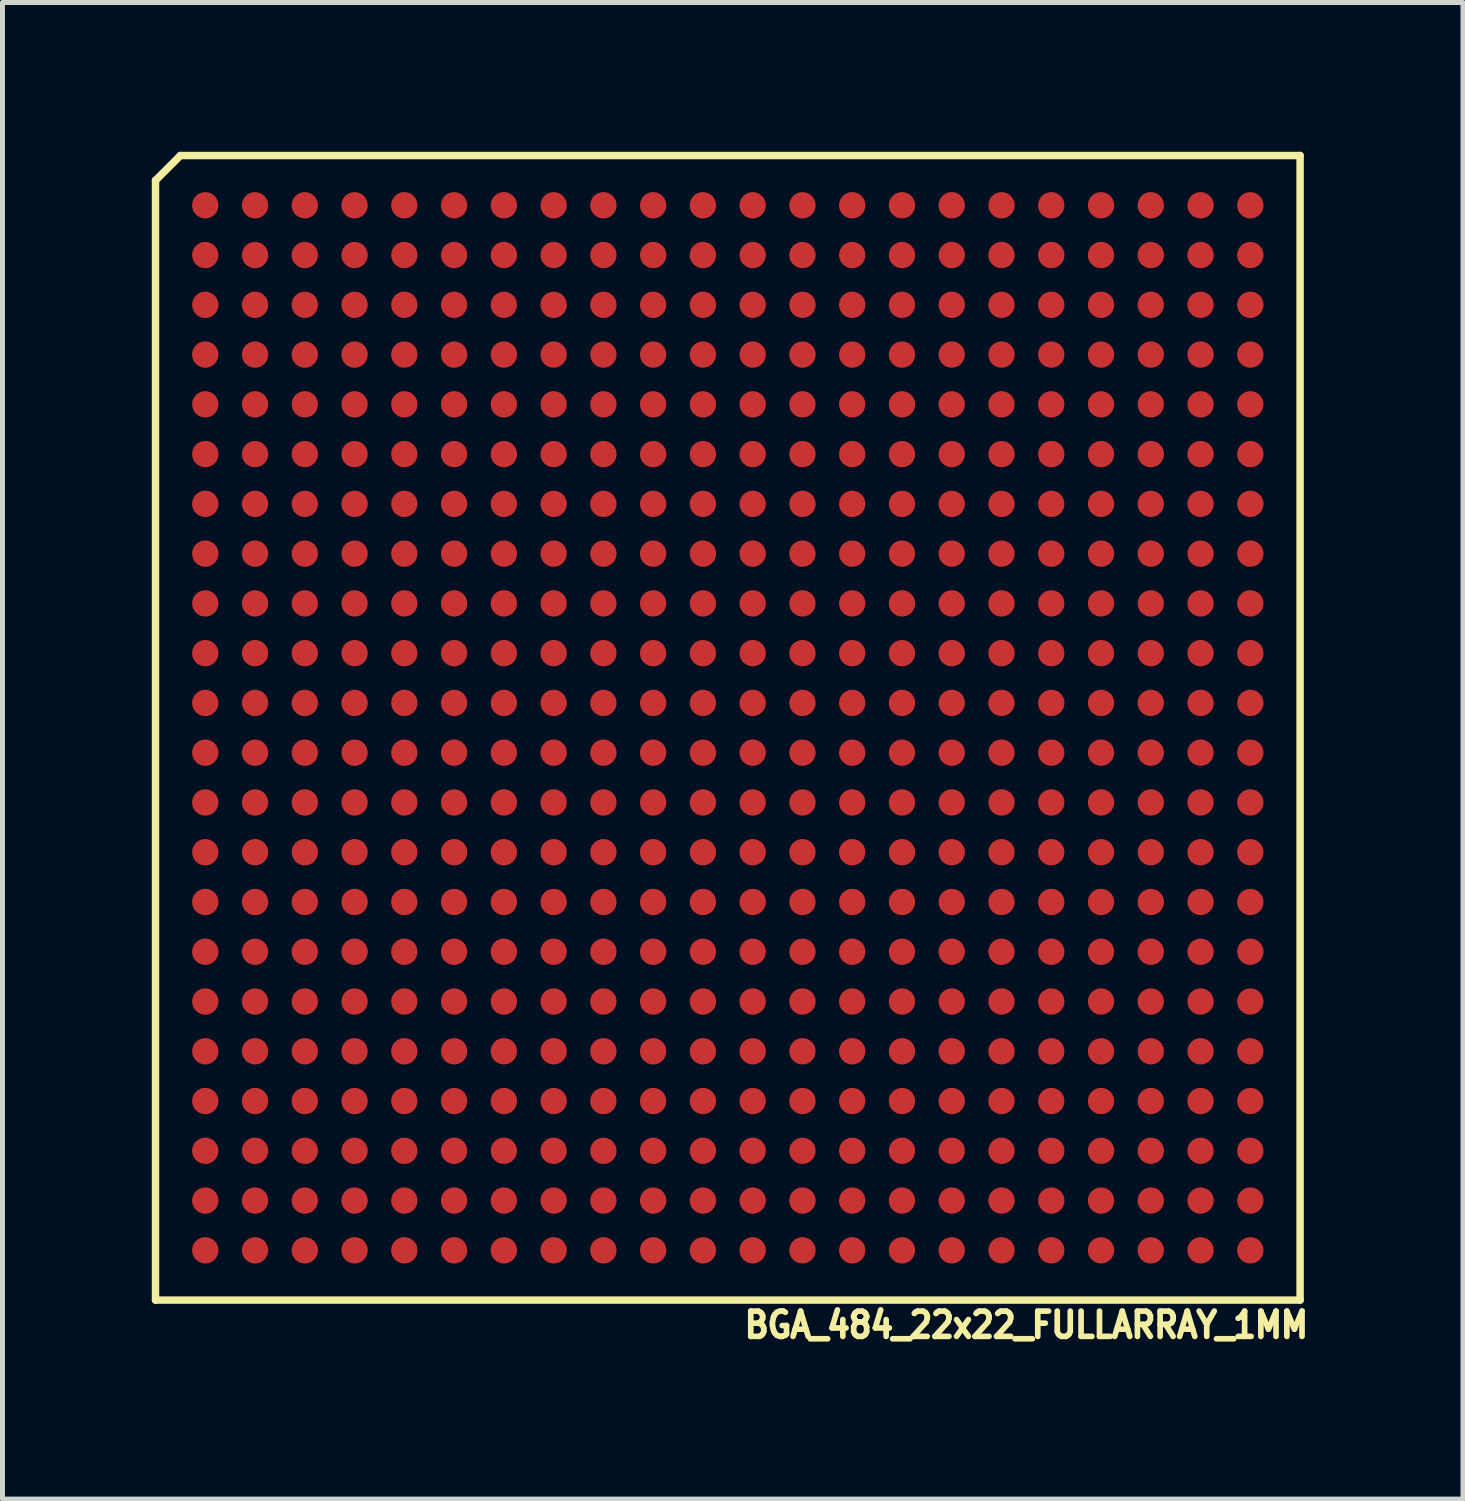
<source format=kicad_pcb>
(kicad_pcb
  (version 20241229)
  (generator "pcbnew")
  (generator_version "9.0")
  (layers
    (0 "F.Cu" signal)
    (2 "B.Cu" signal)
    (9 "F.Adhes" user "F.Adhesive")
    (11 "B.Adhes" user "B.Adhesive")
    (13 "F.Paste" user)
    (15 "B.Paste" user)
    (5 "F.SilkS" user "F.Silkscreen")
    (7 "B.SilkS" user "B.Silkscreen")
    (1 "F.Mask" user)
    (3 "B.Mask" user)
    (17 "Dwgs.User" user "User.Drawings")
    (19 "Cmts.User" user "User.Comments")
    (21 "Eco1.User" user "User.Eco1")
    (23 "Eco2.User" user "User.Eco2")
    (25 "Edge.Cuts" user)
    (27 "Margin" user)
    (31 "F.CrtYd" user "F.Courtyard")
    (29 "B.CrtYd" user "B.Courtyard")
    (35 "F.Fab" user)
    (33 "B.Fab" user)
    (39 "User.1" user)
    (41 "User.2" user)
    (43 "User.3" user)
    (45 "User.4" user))
  (footprint "BGA_484_22x22_FULLARRAY_1MM"
    (layer "F.Cu")
    (at 11.575 11.575)
    (property "Reference" "BGA_484_22x22_FULLARRAY_1MM" (at 6 12 0) (layer "F.SilkS") (effects (font (size 0.508 0.457) (thickness 0.114))))
    (attr through_hole)
    (fp_line (start -11.5 -11) (end -11.5 11.5) (stroke (width 0.15) (type solid)) (layer "F.SilkS"))
    (fp_line (start -11.5 11.5) (end 11.5 11.5) (stroke (width 0.15) (type solid)) (layer "F.SilkS"))
    (fp_line (start -11 -11.5) (end -11.5 -11) (stroke (width 0.15) (type solid)) (layer "F.SilkS"))
    (fp_line (start 11.5 -11.5) (end -11 -11.5) (stroke (width 0.15) (type solid)) (layer "F.SilkS"))
    (fp_line (start 11.5 11.5) (end 11.5 -11.5) (stroke (width 0.15) (type solid)) (layer "F.SilkS"))
    (pad "A1" smd circle (at -10.5 -10.5) (size 0.53 0.53) (layers "F.Cu" "F.Mask" "F.Paste"))
    (pad "A2" smd circle (at -9.5 -10.5) (size 0.53 0.53) (layers "F.Cu" "F.Mask" "F.Paste"))
    (pad "A3" smd circle (at -8.5 -10.5) (size 0.53 0.53) (layers "F.Cu" "F.Mask" "F.Paste"))
    (pad "A4" smd circle (at -7.5 -10.5) (size 0.53 0.53) (layers "F.Cu" "F.Mask" "F.Paste"))
    (pad "A5" smd circle (at -6.5 -10.5) (size 0.53 0.53) (layers "F.Cu" "F.Mask" "F.Paste"))
    (pad "A6" smd circle (at -5.5 -10.5) (size 0.53 0.53) (layers "F.Cu" "F.Mask" "F.Paste"))
    (pad "A7" smd circle (at -4.5 -10.5) (size 0.53 0.53) (layers "F.Cu" "F.Mask" "F.Paste"))
    (pad "A8" smd circle (at -3.5 -10.5) (size 0.53 0.53) (layers "F.Cu" "F.Mask" "F.Paste"))
    (pad "A9" smd circle (at -2.5 -10.5) (size 0.53 0.53) (layers "F.Cu" "F.Mask" "F.Paste"))
    (pad "A10" smd circle (at -1.5 -10.5) (size 0.53 0.53) (layers "F.Cu" "F.Mask" "F.Paste"))
    (pad "A11" smd circle (at -0.5 -10.5) (size 0.53 0.53) (layers "F.Cu" "F.Mask" "F.Paste"))
    (pad "A12" smd circle (at 0.5 -10.5) (size 0.53 0.53) (layers "F.Cu" "F.Mask" "F.Paste"))
    (pad "A13" smd circle (at 1.5 -10.5) (size 0.53 0.53) (layers "F.Cu" "F.Mask" "F.Paste"))
    (pad "A14" smd circle (at 2.5 -10.5) (size 0.53 0.53) (layers "F.Cu" "F.Mask" "F.Paste"))
    (pad "A15" smd circle (at 3.5 -10.5) (size 0.53 0.53) (layers "F.Cu" "F.Mask" "F.Paste"))
    (pad "A16" smd circle (at 4.5 -10.5) (size 0.53 0.53) (layers "F.Cu" "F.Mask" "F.Paste"))
    (pad "A17" smd circle (at 5.5 -10.5) (size 0.53 0.53) (layers "F.Cu" "F.Mask" "F.Paste"))
    (pad "A18" smd circle (at 6.5 -10.5) (size 0.53 0.53) (layers "F.Cu" "F.Mask" "F.Paste"))
    (pad "A19" smd circle (at 7.5 -10.5) (size 0.53 0.53) (layers "F.Cu" "F.Mask" "F.Paste"))
    (pad "A20" smd circle (at 8.5 -10.5) (size 0.53 0.53) (layers "F.Cu" "F.Mask" "F.Paste"))
    (pad "A21" smd circle (at 9.5 -10.5) (size 0.53 0.53) (layers "F.Cu" "F.Mask" "F.Paste"))
    (pad "A22" smd circle (at 10.5 -10.5) (size 0.53 0.53) (layers "F.Cu" "F.Mask" "F.Paste"))
    (pad "AA1" smd circle (at -10.5 9.5) (size 0.53 0.53) (layers "F.Cu" "F.Mask" "F.Paste"))
    (pad "AA2" smd circle (at -9.5 9.5) (size 0.53 0.53) (layers "F.Cu" "F.Mask" "F.Paste"))
    (pad "AA3" smd circle (at -8.5 9.5) (size 0.53 0.53) (layers "F.Cu" "F.Mask" "F.Paste"))
    (pad "AA4" smd circle (at -7.5 9.5) (size 0.53 0.53) (layers "F.Cu" "F.Mask" "F.Paste"))
    (pad "AA5" smd circle (at -6.5 9.5) (size 0.53 0.53) (layers "F.Cu" "F.Mask" "F.Paste"))
    (pad "AA6" smd circle (at -5.5 9.5) (size 0.53 0.53) (layers "F.Cu" "F.Mask" "F.Paste"))
    (pad "AA7" smd circle (at -4.5 9.5) (size 0.53 0.53) (layers "F.Cu" "F.Mask" "F.Paste"))
    (pad "AA8" smd circle (at -3.5 9.5) (size 0.53 0.53) (layers "F.Cu" "F.Mask" "F.Paste"))
    (pad "AA9" smd circle (at -2.5 9.5) (size 0.53 0.53) (layers "F.Cu" "F.Mask" "F.Paste"))
    (pad "AA10" smd circle (at -1.5 9.5) (size 0.53 0.53) (layers "F.Cu" "F.Mask" "F.Paste"))
    (pad "AA11" smd circle (at -0.5 9.5) (size 0.53 0.53) (layers "F.Cu" "F.Mask" "F.Paste"))
    (pad "AA12" smd circle (at 0.5 9.5) (size 0.53 0.53) (layers "F.Cu" "F.Mask" "F.Paste"))
    (pad "AA13" smd circle (at 1.5 9.5) (size 0.53 0.53) (layers "F.Cu" "F.Mask" "F.Paste"))
    (pad "AA14" smd circle (at 2.5 9.5) (size 0.53 0.53) (layers "F.Cu" "F.Mask" "F.Paste"))
    (pad "AA15" smd circle (at 3.5 9.5) (size 0.53 0.53) (layers "F.Cu" "F.Mask" "F.Paste"))
    (pad "AA16" smd circle (at 4.5 9.5) (size 0.53 0.53) (layers "F.Cu" "F.Mask" "F.Paste"))
    (pad "AA17" smd circle (at 5.5 9.5) (size 0.53 0.53) (layers "F.Cu" "F.Mask" "F.Paste"))
    (pad "AA18" smd circle (at 6.5 9.5) (size 0.53 0.53) (layers "F.Cu" "F.Mask" "F.Paste"))
    (pad "AA19" smd circle (at 7.5 9.5) (size 0.53 0.53) (layers "F.Cu" "F.Mask" "F.Paste"))
    (pad "AA20" smd circle (at 8.5 9.5) (size 0.53 0.53) (layers "F.Cu" "F.Mask" "F.Paste"))
    (pad "AA21" smd circle (at 9.5 9.5) (size 0.53 0.53) (layers "F.Cu" "F.Mask" "F.Paste"))
    (pad "AA22" smd circle (at 10.5 9.5) (size 0.53 0.53) (layers "F.Cu" "F.Mask" "F.Paste"))
    (pad "AB1" smd circle (at -10.5 10.5) (size 0.53 0.53) (layers "F.Cu" "F.Mask" "F.Paste"))
    (pad "AB2" smd circle (at -9.5 10.5) (size 0.53 0.53) (layers "F.Cu" "F.Mask" "F.Paste"))
    (pad "AB3" smd circle (at -8.5 10.5) (size 0.53 0.53) (layers "F.Cu" "F.Mask" "F.Paste"))
    (pad "AB4" smd circle (at -7.5 10.5) (size 0.53 0.53) (layers "F.Cu" "F.Mask" "F.Paste"))
    (pad "AB5" smd circle (at -6.5 10.5) (size 0.53 0.53) (layers "F.Cu" "F.Mask" "F.Paste"))
    (pad "AB6" smd circle (at -5.5 10.5) (size 0.53 0.53) (layers "F.Cu" "F.Mask" "F.Paste"))
    (pad "AB7" smd circle (at -4.5 10.5) (size 0.53 0.53) (layers "F.Cu" "F.Mask" "F.Paste"))
    (pad "AB8" smd circle (at -3.5 10.5) (size 0.53 0.53) (layers "F.Cu" "F.Mask" "F.Paste"))
    (pad "AB9" smd circle (at -2.5 10.5) (size 0.53 0.53) (layers "F.Cu" "F.Mask" "F.Paste"))
    (pad "AB10" smd circle (at -1.5 10.5) (size 0.53 0.53) (layers "F.Cu" "F.Mask" "F.Paste"))
    (pad "AB11" smd circle (at -0.5 10.5) (size 0.53 0.53) (layers "F.Cu" "F.Mask" "F.Paste"))
    (pad "AB12" smd circle (at 0.5 10.5) (size 0.53 0.53) (layers "F.Cu" "F.Mask" "F.Paste"))
    (pad "AB13" smd circle (at 1.5 10.5) (size 0.53 0.53) (layers "F.Cu" "F.Mask" "F.Paste"))
    (pad "AB14" smd circle (at 2.5 10.5) (size 0.53 0.53) (layers "F.Cu" "F.Mask" "F.Paste"))
    (pad "AB15" smd circle (at 3.5 10.5) (size 0.53 0.53) (layers "F.Cu" "F.Mask" "F.Paste"))
    (pad "AB16" smd circle (at 4.5 10.5) (size 0.53 0.53) (layers "F.Cu" "F.Mask" "F.Paste"))
    (pad "AB17" smd circle (at 5.5 10.5) (size 0.53 0.53) (layers "F.Cu" "F.Mask" "F.Paste"))
    (pad "AB18" smd circle (at 6.5 10.5) (size 0.53 0.53) (layers "F.Cu" "F.Mask" "F.Paste"))
    (pad "AB19" smd circle (at 7.5 10.5) (size 0.53 0.53) (layers "F.Cu" "F.Mask" "F.Paste"))
    (pad "AB20" smd circle (at 8.5 10.5) (size 0.53 0.53) (layers "F.Cu" "F.Mask" "F.Paste"))
    (pad "AB21" smd circle (at 9.5 10.5) (size 0.53 0.53) (layers "F.Cu" "F.Mask" "F.Paste"))
    (pad "AB22" smd circle (at 10.5 10.5) (size 0.53 0.53) (layers "F.Cu" "F.Mask" "F.Paste"))
    (pad "B1" smd circle (at -10.5 -9.5) (size 0.53 0.53) (layers "F.Cu" "F.Mask" "F.Paste"))
    (pad "B2" smd circle (at -9.5 -9.5) (size 0.53 0.53) (layers "F.Cu" "F.Mask" "F.Paste"))
    (pad "B3" smd circle (at -8.5 -9.5) (size 0.53 0.53) (layers "F.Cu" "F.Mask" "F.Paste"))
    (pad "B4" smd circle (at -7.5 -9.5) (size 0.53 0.53) (layers "F.Cu" "F.Mask" "F.Paste"))
    (pad "B5" smd circle (at -6.5 -9.5) (size 0.53 0.53) (layers "F.Cu" "F.Mask" "F.Paste"))
    (pad "B6" smd circle (at -5.5 -9.5) (size 0.53 0.53) (layers "F.Cu" "F.Mask" "F.Paste"))
    (pad "B7" smd circle (at -4.5 -9.5) (size 0.53 0.53) (layers "F.Cu" "F.Mask" "F.Paste"))
    (pad "B8" smd circle (at -3.5 -9.5) (size 0.53 0.53) (layers "F.Cu" "F.Mask" "F.Paste"))
    (pad "B9" smd circle (at -2.5 -9.5) (size 0.53 0.53) (layers "F.Cu" "F.Mask" "F.Paste"))
    (pad "B10" smd circle (at -1.5 -9.5) (size 0.53 0.53) (layers "F.Cu" "F.Mask" "F.Paste"))
    (pad "B11" smd circle (at -0.5 -9.5) (size 0.53 0.53) (layers "F.Cu" "F.Mask" "F.Paste"))
    (pad "B12" smd circle (at 0.5 -9.5) (size 0.53 0.53) (layers "F.Cu" "F.Mask" "F.Paste"))
    (pad "B13" smd circle (at 1.5 -9.5) (size 0.53 0.53) (layers "F.Cu" "F.Mask" "F.Paste"))
    (pad "B14" smd circle (at 2.5 -9.5) (size 0.53 0.53) (layers "F.Cu" "F.Mask" "F.Paste"))
    (pad "B15" smd circle (at 3.5 -9.5) (size 0.53 0.53) (layers "F.Cu" "F.Mask" "F.Paste"))
    (pad "B16" smd circle (at 4.5 -9.5) (size 0.53 0.53) (layers "F.Cu" "F.Mask" "F.Paste"))
    (pad "B17" smd circle (at 5.5 -9.5) (size 0.53 0.53) (layers "F.Cu" "F.Mask" "F.Paste"))
    (pad "B18" smd circle (at 6.5 -9.5) (size 0.53 0.53) (layers "F.Cu" "F.Mask" "F.Paste"))
    (pad "B19" smd circle (at 7.5 -9.5) (size 0.53 0.53) (layers "F.Cu" "F.Mask" "F.Paste"))
    (pad "B20" smd circle (at 8.5 -9.5) (size 0.53 0.53) (layers "F.Cu" "F.Mask" "F.Paste"))
    (pad "B21" smd circle (at 9.5 -9.5) (size 0.53 0.53) (layers "F.Cu" "F.Mask" "F.Paste"))
    (pad "B22" smd circle (at 10.5 -9.5) (size 0.53 0.53) (layers "F.Cu" "F.Mask" "F.Paste"))
    (pad "C1" smd circle (at -10.5 -8.5) (size 0.53 0.53) (layers "F.Cu" "F.Mask" "F.Paste"))
    (pad "C2" smd circle (at -9.5 -8.5) (size 0.53 0.53) (layers "F.Cu" "F.Mask" "F.Paste"))
    (pad "C3" smd circle (at -8.5 -8.5) (size 0.53 0.53) (layers "F.Cu" "F.Mask" "F.Paste"))
    (pad "C4" smd circle (at -7.5 -8.5) (size 0.53 0.53) (layers "F.Cu" "F.Mask" "F.Paste"))
    (pad "C5" smd circle (at -6.5 -8.5) (size 0.53 0.53) (layers "F.Cu" "F.Mask" "F.Paste"))
    (pad "C6" smd circle (at -5.5 -8.5) (size 0.53 0.53) (layers "F.Cu" "F.Mask" "F.Paste"))
    (pad "C7" smd circle (at -4.5 -8.5) (size 0.53 0.53) (layers "F.Cu" "F.Mask" "F.Paste"))
    (pad "C8" smd circle (at -3.5 -8.5) (size 0.53 0.53) (layers "F.Cu" "F.Mask" "F.Paste"))
    (pad "C9" smd circle (at -2.5 -8.5) (size 0.53 0.53) (layers "F.Cu" "F.Mask" "F.Paste"))
    (pad "C10" smd circle (at -1.5 -8.5) (size 0.53 0.53) (layers "F.Cu" "F.Mask" "F.Paste"))
    (pad "C11" smd circle (at -0.5 -8.5) (size 0.53 0.53) (layers "F.Cu" "F.Mask" "F.Paste"))
    (pad "C12" smd circle (at 0.5 -8.5) (size 0.53 0.53) (layers "F.Cu" "F.Mask" "F.Paste"))
    (pad "C13" smd circle (at 1.5 -8.5) (size 0.53 0.53) (layers "F.Cu" "F.Mask" "F.Paste"))
    (pad "C14" smd circle (at 2.5 -8.5) (size 0.53 0.53) (layers "F.Cu" "F.Mask" "F.Paste"))
    (pad "C15" smd circle (at 3.5 -8.5) (size 0.53 0.53) (layers "F.Cu" "F.Mask" "F.Paste"))
    (pad "C16" smd circle (at 4.5 -8.5) (size 0.53 0.53) (layers "F.Cu" "F.Mask" "F.Paste"))
    (pad "C17" smd circle (at 5.5 -8.5) (size 0.53 0.53) (layers "F.Cu" "F.Mask" "F.Paste"))
    (pad "C18" smd circle (at 6.5 -8.5) (size 0.53 0.53) (layers "F.Cu" "F.Mask" "F.Paste"))
    (pad "C19" smd circle (at 7.5 -8.5) (size 0.53 0.53) (layers "F.Cu" "F.Mask" "F.Paste"))
    (pad "C20" smd circle (at 8.5 -8.5) (size 0.53 0.53) (layers "F.Cu" "F.Mask" "F.Paste"))
    (pad "C21" smd circle (at 9.5 -8.5) (size 0.53 0.53) (layers "F.Cu" "F.Mask" "F.Paste"))
    (pad "C22" smd circle (at 10.5 -8.5) (size 0.53 0.53) (layers "F.Cu" "F.Mask" "F.Paste"))
    (pad "D1" smd circle (at -10.5 -7.5) (size 0.53 0.53) (layers "F.Cu" "F.Mask" "F.Paste"))
    (pad "D2" smd circle (at -9.5 -7.5) (size 0.53 0.53) (layers "F.Cu" "F.Mask" "F.Paste"))
    (pad "D3" smd circle (at -8.5 -7.5) (size 0.53 0.53) (layers "F.Cu" "F.Mask" "F.Paste"))
    (pad "D4" smd circle (at -7.5 -7.5) (size 0.53 0.53) (layers "F.Cu" "F.Mask" "F.Paste"))
    (pad "D5" smd circle (at -6.5 -7.5) (size 0.53 0.53) (layers "F.Cu" "F.Mask" "F.Paste"))
    (pad "D6" smd circle (at -5.5 -7.5) (size 0.53 0.53) (layers "F.Cu" "F.Mask" "F.Paste"))
    (pad "D7" smd circle (at -4.5 -7.5) (size 0.53 0.53) (layers "F.Cu" "F.Mask" "F.Paste"))
    (pad "D8" smd circle (at -3.5 -7.5) (size 0.53 0.53) (layers "F.Cu" "F.Mask" "F.Paste"))
    (pad "D9" smd circle (at -2.5 -7.5) (size 0.53 0.53) (layers "F.Cu" "F.Mask" "F.Paste"))
    (pad "D10" smd circle (at -1.5 -7.5) (size 0.53 0.53) (layers "F.Cu" "F.Mask" "F.Paste"))
    (pad "D11" smd circle (at -0.5 -7.5) (size 0.53 0.53) (layers "F.Cu" "F.Mask" "F.Paste"))
    (pad "D12" smd circle (at 0.5 -7.5) (size 0.53 0.53) (layers "F.Cu" "F.Mask" "F.Paste"))
    (pad "D13" smd circle (at 1.5 -7.5) (size 0.53 0.53) (layers "F.Cu" "F.Mask" "F.Paste"))
    (pad "D14" smd circle (at 2.5 -7.5) (size 0.53 0.53) (layers "F.Cu" "F.Mask" "F.Paste"))
    (pad "D15" smd circle (at 3.5 -7.5) (size 0.53 0.53) (layers "F.Cu" "F.Mask" "F.Paste"))
    (pad "D16" smd circle (at 4.5 -7.5) (size 0.53 0.53) (layers "F.Cu" "F.Mask" "F.Paste"))
    (pad "D17" smd circle (at 5.5 -7.5) (size 0.53 0.53) (layers "F.Cu" "F.Mask" "F.Paste"))
    (pad "D18" smd circle (at 6.5 -7.5) (size 0.53 0.53) (layers "F.Cu" "F.Mask" "F.Paste"))
    (pad "D19" smd circle (at 7.5 -7.5) (size 0.53 0.53) (layers "F.Cu" "F.Mask" "F.Paste"))
    (pad "D20" smd circle (at 8.5 -7.5) (size 0.53 0.53) (layers "F.Cu" "F.Mask" "F.Paste"))
    (pad "D21" smd circle (at 9.5 -7.5) (size 0.53 0.53) (layers "F.Cu" "F.Mask" "F.Paste"))
    (pad "D22" smd circle (at 10.5 -7.5) (size 0.53 0.53) (layers "F.Cu" "F.Mask" "F.Paste"))
    (pad "E1" smd circle (at -10.5 -6.5) (size 0.53 0.53) (layers "F.Cu" "F.Mask" "F.Paste"))
    (pad "E2" smd circle (at -9.5 -6.5) (size 0.53 0.53) (layers "F.Cu" "F.Mask" "F.Paste"))
    (pad "E3" smd circle (at -8.5 -6.5) (size 0.53 0.53) (layers "F.Cu" "F.Mask" "F.Paste"))
    (pad "E4" smd circle (at -7.5 -6.5) (size 0.53 0.53) (layers "F.Cu" "F.Mask" "F.Paste"))
    (pad "E5" smd circle (at -6.5 -6.5) (size 0.53 0.53) (layers "F.Cu" "F.Mask" "F.Paste"))
    (pad "E6" smd circle (at -5.5 -6.5) (size 0.53 0.53) (layers "F.Cu" "F.Mask" "F.Paste"))
    (pad "E7" smd circle (at -4.5 -6.5) (size 0.53 0.53) (layers "F.Cu" "F.Mask" "F.Paste"))
    (pad "E8" smd circle (at -3.5 -6.5) (size 0.53 0.53) (layers "F.Cu" "F.Mask" "F.Paste"))
    (pad "E9" smd circle (at -2.5 -6.5) (size 0.53 0.53) (layers "F.Cu" "F.Mask" "F.Paste"))
    (pad "E10" smd circle (at -1.5 -6.5) (size 0.53 0.53) (layers "F.Cu" "F.Mask" "F.Paste"))
    (pad "E11" smd circle (at -0.5 -6.5) (size 0.53 0.53) (layers "F.Cu" "F.Mask" "F.Paste"))
    (pad "E12" smd circle (at 0.5 -6.5) (size 0.53 0.53) (layers "F.Cu" "F.Mask" "F.Paste"))
    (pad "E13" smd circle (at 1.5 -6.5) (size 0.53 0.53) (layers "F.Cu" "F.Mask" "F.Paste"))
    (pad "E14" smd circle (at 2.5 -6.5) (size 0.53 0.53) (layers "F.Cu" "F.Mask" "F.Paste"))
    (pad "E15" smd circle (at 3.5 -6.5) (size 0.53 0.53) (layers "F.Cu" "F.Mask" "F.Paste"))
    (pad "E16" smd circle (at 4.5 -6.5) (size 0.53 0.53) (layers "F.Cu" "F.Mask" "F.Paste"))
    (pad "E17" smd circle (at 5.5 -6.5) (size 0.53 0.53) (layers "F.Cu" "F.Mask" "F.Paste"))
    (pad "E18" smd circle (at 6.5 -6.5) (size 0.53 0.53) (layers "F.Cu" "F.Mask" "F.Paste"))
    (pad "E19" smd circle (at 7.5 -6.5) (size 0.53 0.53) (layers "F.Cu" "F.Mask" "F.Paste"))
    (pad "E20" smd circle (at 8.5 -6.5) (size 0.53 0.53) (layers "F.Cu" "F.Mask" "F.Paste"))
    (pad "E21" smd circle (at 9.5 -6.5) (size 0.53 0.53) (layers "F.Cu" "F.Mask" "F.Paste"))
    (pad "E22" smd circle (at 10.5 -6.5) (size 0.53 0.53) (layers "F.Cu" "F.Mask" "F.Paste"))
    (pad "F1" smd circle (at -10.5 -5.5) (size 0.53 0.53) (layers "F.Cu" "F.Mask" "F.Paste"))
    (pad "F2" smd circle (at -9.5 -5.5) (size 0.53 0.53) (layers "F.Cu" "F.Mask" "F.Paste"))
    (pad "F3" smd circle (at -8.5 -5.5) (size 0.53 0.53) (layers "F.Cu" "F.Mask" "F.Paste"))
    (pad "F4" smd circle (at -7.5 -5.5) (size 0.53 0.53) (layers "F.Cu" "F.Mask" "F.Paste"))
    (pad "F5" smd circle (at -6.5 -5.5) (size 0.53 0.53) (layers "F.Cu" "F.Mask" "F.Paste"))
    (pad "F6" smd circle (at -5.5 -5.5) (size 0.53 0.53) (layers "F.Cu" "F.Mask" "F.Paste"))
    (pad "F7" smd circle (at -4.5 -5.5) (size 0.53 0.53) (layers "F.Cu" "F.Mask" "F.Paste"))
    (pad "F8" smd circle (at -3.5 -5.5) (size 0.53 0.53) (layers "F.Cu" "F.Mask" "F.Paste"))
    (pad "F9" smd circle (at -2.5 -5.5) (size 0.53 0.53) (layers "F.Cu" "F.Mask" "F.Paste"))
    (pad "F10" smd circle (at -1.5 -5.5) (size 0.53 0.53) (layers "F.Cu" "F.Mask" "F.Paste"))
    (pad "F11" smd circle (at -0.5 -5.5) (size 0.53 0.53) (layers "F.Cu" "F.Mask" "F.Paste"))
    (pad "F12" smd circle (at 0.5 -5.5) (size 0.53 0.53) (layers "F.Cu" "F.Mask" "F.Paste"))
    (pad "F13" smd circle (at 1.5 -5.5) (size 0.53 0.53) (layers "F.Cu" "F.Mask" "F.Paste"))
    (pad "F14" smd circle (at 2.5 -5.5) (size 0.53 0.53) (layers "F.Cu" "F.Mask" "F.Paste"))
    (pad "F15" smd circle (at 3.5 -5.5) (size 0.53 0.53) (layers "F.Cu" "F.Mask" "F.Paste"))
    (pad "F16" smd circle (at 4.5 -5.5) (size 0.53 0.53) (layers "F.Cu" "F.Mask" "F.Paste"))
    (pad "F17" smd circle (at 5.5 -5.5) (size 0.53 0.53) (layers "F.Cu" "F.Mask" "F.Paste"))
    (pad "F18" smd circle (at 6.5 -5.5) (size 0.53 0.53) (layers "F.Cu" "F.Mask" "F.Paste"))
    (pad "F19" smd circle (at 7.5 -5.5) (size 0.53 0.53) (layers "F.Cu" "F.Mask" "F.Paste"))
    (pad "F20" smd circle (at 8.5 -5.5) (size 0.53 0.53) (layers "F.Cu" "F.Mask" "F.Paste"))
    (pad "F21" smd circle (at 9.5 -5.5) (size 0.53 0.53) (layers "F.Cu" "F.Mask" "F.Paste"))
    (pad "F22" smd circle (at 10.5 -5.5) (size 0.53 0.53) (layers "F.Cu" "F.Mask" "F.Paste"))
    (pad "G1" smd circle (at -10.5 -4.5) (size 0.53 0.53) (layers "F.Cu" "F.Mask" "F.Paste"))
    (pad "G2" smd circle (at -9.5 -4.5) (size 0.53 0.53) (layers "F.Cu" "F.Mask" "F.Paste"))
    (pad "G3" smd circle (at -8.5 -4.5) (size 0.53 0.53) (layers "F.Cu" "F.Mask" "F.Paste"))
    (pad "G4" smd circle (at -7.5 -4.5) (size 0.53 0.53) (layers "F.Cu" "F.Mask" "F.Paste"))
    (pad "G5" smd circle (at -6.5 -4.5) (size 0.53 0.53) (layers "F.Cu" "F.Mask" "F.Paste"))
    (pad "G6" smd circle (at -5.5 -4.5) (size 0.53 0.53) (layers "F.Cu" "F.Mask" "F.Paste"))
    (pad "G7" smd circle (at -4.5 -4.5) (size 0.53 0.53) (layers "F.Cu" "F.Mask" "F.Paste"))
    (pad "G8" smd circle (at -3.5 -4.5) (size 0.53 0.53) (layers "F.Cu" "F.Mask" "F.Paste"))
    (pad "G9" smd circle (at -2.5 -4.5) (size 0.53 0.53) (layers "F.Cu" "F.Mask" "F.Paste"))
    (pad "G10" smd circle (at -1.5 -4.5) (size 0.53 0.53) (layers "F.Cu" "F.Mask" "F.Paste"))
    (pad "G11" smd circle (at -0.5 -4.5) (size 0.53 0.53) (layers "F.Cu" "F.Mask" "F.Paste"))
    (pad "G12" smd circle (at 0.5 -4.5) (size 0.53 0.53) (layers "F.Cu" "F.Mask" "F.Paste"))
    (pad "G13" smd circle (at 1.5 -4.5) (size 0.53 0.53) (layers "F.Cu" "F.Mask" "F.Paste"))
    (pad "G14" smd circle (at 2.5 -4.5) (size 0.53 0.53) (layers "F.Cu" "F.Mask" "F.Paste"))
    (pad "G15" smd circle (at 3.5 -4.5) (size 0.53 0.53) (layers "F.Cu" "F.Mask" "F.Paste"))
    (pad "G16" smd circle (at 4.5 -4.5) (size 0.53 0.53) (layers "F.Cu" "F.Mask" "F.Paste"))
    (pad "G17" smd circle (at 5.5 -4.5) (size 0.53 0.53) (layers "F.Cu" "F.Mask" "F.Paste"))
    (pad "G18" smd circle (at 6.5 -4.5) (size 0.53 0.53) (layers "F.Cu" "F.Mask" "F.Paste"))
    (pad "G19" smd circle (at 7.5 -4.5) (size 0.53 0.53) (layers "F.Cu" "F.Mask" "F.Paste"))
    (pad "G20" smd circle (at 8.5 -4.5) (size 0.53 0.53) (layers "F.Cu" "F.Mask" "F.Paste"))
    (pad "G21" smd circle (at 9.5 -4.5) (size 0.53 0.53) (layers "F.Cu" "F.Mask" "F.Paste"))
    (pad "G22" smd circle (at 10.5 -4.5) (size 0.53 0.53) (layers "F.Cu" "F.Mask" "F.Paste"))
    (pad "H1" smd circle (at -10.5 -3.5) (size 0.53 0.53) (layers "F.Cu" "F.Mask" "F.Paste"))
    (pad "H2" smd circle (at -9.5 -3.5) (size 0.53 0.53) (layers "F.Cu" "F.Mask" "F.Paste"))
    (pad "H3" smd circle (at -8.5 -3.5) (size 0.53 0.53) (layers "F.Cu" "F.Mask" "F.Paste"))
    (pad "H4" smd circle (at -7.5 -3.5) (size 0.53 0.53) (layers "F.Cu" "F.Mask" "F.Paste"))
    (pad "H5" smd circle (at -6.5 -3.5) (size 0.53 0.53) (layers "F.Cu" "F.Mask" "F.Paste"))
    (pad "H6" smd circle (at -5.5 -3.5) (size 0.53 0.53) (layers "F.Cu" "F.Mask" "F.Paste"))
    (pad "H7" smd circle (at -4.5 -3.5) (size 0.53 0.53) (layers "F.Cu" "F.Mask" "F.Paste"))
    (pad "H8" smd circle (at -3.5 -3.5) (size 0.53 0.53) (layers "F.Cu" "F.Mask" "F.Paste"))
    (pad "H9" smd circle (at -2.5 -3.5) (size 0.53 0.53) (layers "F.Cu" "F.Mask" "F.Paste"))
    (pad "H10" smd circle (at -1.5 -3.5) (size 0.53 0.53) (layers "F.Cu" "F.Mask" "F.Paste"))
    (pad "H11" smd circle (at -0.5 -3.5) (size 0.53 0.53) (layers "F.Cu" "F.Mask" "F.Paste"))
    (pad "H12" smd circle (at 0.5 -3.5) (size 0.53 0.53) (layers "F.Cu" "F.Mask" "F.Paste"))
    (pad "H13" smd circle (at 1.5 -3.5) (size 0.53 0.53) (layers "F.Cu" "F.Mask" "F.Paste"))
    (pad "H14" smd circle (at 2.5 -3.5) (size 0.53 0.53) (layers "F.Cu" "F.Mask" "F.Paste"))
    (pad "H15" smd circle (at 3.5 -3.5) (size 0.53 0.53) (layers "F.Cu" "F.Mask" "F.Paste"))
    (pad "H16" smd circle (at 4.5 -3.5) (size 0.53 0.53) (layers "F.Cu" "F.Mask" "F.Paste"))
    (pad "H17" smd circle (at 5.5 -3.5) (size 0.53 0.53) (layers "F.Cu" "F.Mask" "F.Paste"))
    (pad "H18" smd circle (at 6.5 -3.5) (size 0.53 0.53) (layers "F.Cu" "F.Mask" "F.Paste"))
    (pad "H19" smd circle (at 7.5 -3.5) (size 0.53 0.53) (layers "F.Cu" "F.Mask" "F.Paste"))
    (pad "H20" smd circle (at 8.5 -3.5) (size 0.53 0.53) (layers "F.Cu" "F.Mask" "F.Paste"))
    (pad "H21" smd circle (at 9.5 -3.5) (size 0.53 0.53) (layers "F.Cu" "F.Mask" "F.Paste"))
    (pad "H22" smd circle (at 10.5 -3.5) (size 0.53 0.53) (layers "F.Cu" "F.Mask" "F.Paste"))
    (pad "J1" smd circle (at -10.5 -2.5) (size 0.53 0.53) (layers "F.Cu" "F.Mask" "F.Paste"))
    (pad "J2" smd circle (at -9.5 -2.5) (size 0.53 0.53) (layers "F.Cu" "F.Mask" "F.Paste"))
    (pad "J3" smd circle (at -8.5 -2.5) (size 0.53 0.53) (layers "F.Cu" "F.Mask" "F.Paste"))
    (pad "J4" smd circle (at -7.5 -2.5) (size 0.53 0.53) (layers "F.Cu" "F.Mask" "F.Paste"))
    (pad "J5" smd circle (at -6.5 -2.5) (size 0.53 0.53) (layers "F.Cu" "F.Mask" "F.Paste"))
    (pad "J6" smd circle (at -5.5 -2.5) (size 0.53 0.53) (layers "F.Cu" "F.Mask" "F.Paste"))
    (pad "J7" smd circle (at -4.5 -2.5) (size 0.53 0.53) (layers "F.Cu" "F.Mask" "F.Paste"))
    (pad "J8" smd circle (at -3.5 -2.5) (size 0.53 0.53) (layers "F.Cu" "F.Mask" "F.Paste"))
    (pad "J9" smd circle (at -2.5 -2.5) (size 0.53 0.53) (layers "F.Cu" "F.Mask" "F.Paste"))
    (pad "J10" smd circle (at -1.5 -2.5) (size 0.53 0.53) (layers "F.Cu" "F.Mask" "F.Paste"))
    (pad "J11" smd circle (at -0.5 -2.5) (size 0.53 0.53) (layers "F.Cu" "F.Mask" "F.Paste"))
    (pad "J12" smd circle (at 0.5 -2.5) (size 0.53 0.53) (layers "F.Cu" "F.Mask" "F.Paste"))
    (pad "J13" smd circle (at 1.5 -2.5) (size 0.53 0.53) (layers "F.Cu" "F.Mask" "F.Paste"))
    (pad "J14" smd circle (at 2.5 -2.5) (size 0.53 0.53) (layers "F.Cu" "F.Mask" "F.Paste"))
    (pad "J15" smd circle (at 3.5 -2.5) (size 0.53 0.53) (layers "F.Cu" "F.Mask" "F.Paste"))
    (pad "J16" smd circle (at 4.5 -2.5) (size 0.53 0.53) (layers "F.Cu" "F.Mask" "F.Paste"))
    (pad "J17" smd circle (at 5.5 -2.5) (size 0.53 0.53) (layers "F.Cu" "F.Mask" "F.Paste"))
    (pad "J18" smd circle (at 6.5 -2.5) (size 0.53 0.53) (layers "F.Cu" "F.Mask" "F.Paste"))
    (pad "J19" smd circle (at 7.5 -2.5) (size 0.53 0.53) (layers "F.Cu" "F.Mask" "F.Paste"))
    (pad "J20" smd circle (at 8.5 -2.5) (size 0.53 0.53) (layers "F.Cu" "F.Mask" "F.Paste"))
    (pad "J21" smd circle (at 9.5 -2.5) (size 0.53 0.53) (layers "F.Cu" "F.Mask" "F.Paste"))
    (pad "J22" smd circle (at 10.5 -2.5) (size 0.53 0.53) (layers "F.Cu" "F.Mask" "F.Paste"))
    (pad "K1" smd circle (at -10.5 -1.5) (size 0.53 0.53) (layers "F.Cu" "F.Mask" "F.Paste"))
    (pad "K2" smd circle (at -9.5 -1.5) (size 0.53 0.53) (layers "F.Cu" "F.Mask" "F.Paste"))
    (pad "K3" smd circle (at -8.5 -1.5) (size 0.53 0.53) (layers "F.Cu" "F.Mask" "F.Paste"))
    (pad "K4" smd circle (at -7.5 -1.5) (size 0.53 0.53) (layers "F.Cu" "F.Mask" "F.Paste"))
    (pad "K5" smd circle (at -6.5 -1.5) (size 0.53 0.53) (layers "F.Cu" "F.Mask" "F.Paste"))
    (pad "K6" smd circle (at -5.5 -1.5) (size 0.53 0.53) (layers "F.Cu" "F.Mask" "F.Paste"))
    (pad "K7" smd circle (at -4.5 -1.5) (size 0.53 0.53) (layers "F.Cu" "F.Mask" "F.Paste"))
    (pad "K8" smd circle (at -3.5 -1.5) (size 0.53 0.53) (layers "F.Cu" "F.Mask" "F.Paste"))
    (pad "K9" smd circle (at -2.5 -1.5) (size 0.53 0.53) (layers "F.Cu" "F.Mask" "F.Paste"))
    (pad "K10" smd circle (at -1.5 -1.5) (size 0.53 0.53) (layers "F.Cu" "F.Mask" "F.Paste"))
    (pad "K11" smd circle (at -0.5 -1.5) (size 0.53 0.53) (layers "F.Cu" "F.Mask" "F.Paste"))
    (pad "K12" smd circle (at 0.5 -1.5) (size 0.53 0.53) (layers "F.Cu" "F.Mask" "F.Paste"))
    (pad "K13" smd circle (at 1.5 -1.5) (size 0.53 0.53) (layers "F.Cu" "F.Mask" "F.Paste"))
    (pad "K14" smd circle (at 2.5 -1.5) (size 0.53 0.53) (layers "F.Cu" "F.Mask" "F.Paste"))
    (pad "K15" smd circle (at 3.5 -1.5) (size 0.53 0.53) (layers "F.Cu" "F.Mask" "F.Paste"))
    (pad "K16" smd circle (at 4.5 -1.5) (size 0.53 0.53) (layers "F.Cu" "F.Mask" "F.Paste"))
    (pad "K17" smd circle (at 5.5 -1.5) (size 0.53 0.53) (layers "F.Cu" "F.Mask" "F.Paste"))
    (pad "K18" smd circle (at 6.5 -1.5) (size 0.53 0.53) (layers "F.Cu" "F.Mask" "F.Paste"))
    (pad "K19" smd circle (at 7.5 -1.5) (size 0.53 0.53) (layers "F.Cu" "F.Mask" "F.Paste"))
    (pad "K20" smd circle (at 8.5 -1.5) (size 0.53 0.53) (layers "F.Cu" "F.Mask" "F.Paste"))
    (pad "K21" smd circle (at 9.5 -1.5) (size 0.53 0.53) (layers "F.Cu" "F.Mask" "F.Paste"))
    (pad "K22" smd circle (at 10.5 -1.5) (size 0.53 0.53) (layers "F.Cu" "F.Mask" "F.Paste"))
    (pad "L1" smd circle (at -10.5 -0.5) (size 0.53 0.53) (layers "F.Cu" "F.Mask" "F.Paste"))
    (pad "L2" smd circle (at -9.5 -0.5) (size 0.53 0.53) (layers "F.Cu" "F.Mask" "F.Paste"))
    (pad "L3" smd circle (at -8.5 -0.5) (size 0.53 0.53) (layers "F.Cu" "F.Mask" "F.Paste"))
    (pad "L4" smd circle (at -7.5 -0.5) (size 0.53 0.53) (layers "F.Cu" "F.Mask" "F.Paste"))
    (pad "L5" smd circle (at -6.5 -0.5) (size 0.53 0.53) (layers "F.Cu" "F.Mask" "F.Paste"))
    (pad "L6" smd circle (at -5.5 -0.5) (size 0.53 0.53) (layers "F.Cu" "F.Mask" "F.Paste"))
    (pad "L7" smd circle (at -4.5 -0.5) (size 0.53 0.53) (layers "F.Cu" "F.Mask" "F.Paste"))
    (pad "L8" smd circle (at -3.5 -0.5) (size 0.53 0.53) (layers "F.Cu" "F.Mask" "F.Paste"))
    (pad "L9" smd circle (at -2.5 -0.5) (size 0.53 0.53) (layers "F.Cu" "F.Mask" "F.Paste"))
    (pad "L10" smd circle (at -1.5 -0.5) (size 0.53 0.53) (layers "F.Cu" "F.Mask" "F.Paste"))
    (pad "L11" smd circle (at -0.5 -0.5) (size 0.53 0.53) (layers "F.Cu" "F.Mask" "F.Paste"))
    (pad "L12" smd circle (at 0.5 -0.5) (size 0.53 0.53) (layers "F.Cu" "F.Mask" "F.Paste"))
    (pad "L13" smd circle (at 1.5 -0.5) (size 0.53 0.53) (layers "F.Cu" "F.Mask" "F.Paste"))
    (pad "L14" smd circle (at 2.5 -0.5) (size 0.53 0.53) (layers "F.Cu" "F.Mask" "F.Paste"))
    (pad "L15" smd circle (at 3.5 -0.5) (size 0.53 0.53) (layers "F.Cu" "F.Mask" "F.Paste"))
    (pad "L16" smd circle (at 4.5 -0.5) (size 0.53 0.53) (layers "F.Cu" "F.Mask" "F.Paste"))
    (pad "L17" smd circle (at 5.5 -0.5) (size 0.53 0.53) (layers "F.Cu" "F.Mask" "F.Paste"))
    (pad "L18" smd circle (at 6.5 -0.5) (size 0.53 0.53) (layers "F.Cu" "F.Mask" "F.Paste"))
    (pad "L19" smd circle (at 7.5 -0.5) (size 0.53 0.53) (layers "F.Cu" "F.Mask" "F.Paste"))
    (pad "L20" smd circle (at 8.5 -0.5) (size 0.53 0.53) (layers "F.Cu" "F.Mask" "F.Paste"))
    (pad "L21" smd circle (at 9.5 -0.5) (size 0.53 0.53) (layers "F.Cu" "F.Mask" "F.Paste"))
    (pad "L22" smd circle (at 10.5 -0.5) (size 0.53 0.53) (layers "F.Cu" "F.Mask" "F.Paste"))
    (pad "M1" smd circle (at -10.5 0.5) (size 0.53 0.53) (layers "F.Cu" "F.Mask" "F.Paste"))
    (pad "M2" smd circle (at -9.5 0.5) (size 0.53 0.53) (layers "F.Cu" "F.Mask" "F.Paste"))
    (pad "M3" smd circle (at -8.5 0.5) (size 0.53 0.53) (layers "F.Cu" "F.Mask" "F.Paste"))
    (pad "M4" smd circle (at -7.5 0.5) (size 0.53 0.53) (layers "F.Cu" "F.Mask" "F.Paste"))
    (pad "M5" smd circle (at -6.5 0.5) (size 0.53 0.53) (layers "F.Cu" "F.Mask" "F.Paste"))
    (pad "M6" smd circle (at -5.5 0.5) (size 0.53 0.53) (layers "F.Cu" "F.Mask" "F.Paste"))
    (pad "M7" smd circle (at -4.5 0.5) (size 0.53 0.53) (layers "F.Cu" "F.Mask" "F.Paste"))
    (pad "M8" smd circle (at -3.5 0.5) (size 0.53 0.53) (layers "F.Cu" "F.Mask" "F.Paste"))
    (pad "M9" smd circle (at -2.5 0.5) (size 0.53 0.53) (layers "F.Cu" "F.Mask" "F.Paste"))
    (pad "M10" smd circle (at -1.5 0.5) (size 0.53 0.53) (layers "F.Cu" "F.Mask" "F.Paste"))
    (pad "M11" smd circle (at -0.5 0.5) (size 0.53 0.53) (layers "F.Cu" "F.Mask" "F.Paste"))
    (pad "M12" smd circle (at 0.5 0.5) (size 0.53 0.53) (layers "F.Cu" "F.Mask" "F.Paste"))
    (pad "M13" smd circle (at 1.5 0.5) (size 0.53 0.53) (layers "F.Cu" "F.Mask" "F.Paste"))
    (pad "M14" smd circle (at 2.5 0.5) (size 0.53 0.53) (layers "F.Cu" "F.Mask" "F.Paste"))
    (pad "M15" smd circle (at 3.5 0.5) (size 0.53 0.53) (layers "F.Cu" "F.Mask" "F.Paste"))
    (pad "M16" smd circle (at 4.5 0.5) (size 0.53 0.53) (layers "F.Cu" "F.Mask" "F.Paste"))
    (pad "M17" smd circle (at 5.5 0.5) (size 0.53 0.53) (layers "F.Cu" "F.Mask" "F.Paste"))
    (pad "M18" smd circle (at 6.5 0.5) (size 0.53 0.53) (layers "F.Cu" "F.Mask" "F.Paste"))
    (pad "M19" smd circle (at 7.5 0.5) (size 0.53 0.53) (layers "F.Cu" "F.Mask" "F.Paste"))
    (pad "M20" smd circle (at 8.5 0.5) (size 0.53 0.53) (layers "F.Cu" "F.Mask" "F.Paste"))
    (pad "M21" smd circle (at 9.5 0.5) (size 0.53 0.53) (layers "F.Cu" "F.Mask" "F.Paste"))
    (pad "M22" smd circle (at 10.5 0.5) (size 0.53 0.53) (layers "F.Cu" "F.Mask" "F.Paste"))
    (pad "N1" smd circle (at -10.5 1.5) (size 0.53 0.53) (layers "F.Cu" "F.Mask" "F.Paste"))
    (pad "N2" smd circle (at -9.5 1.5) (size 0.53 0.53) (layers "F.Cu" "F.Mask" "F.Paste"))
    (pad "N3" smd circle (at -8.5 1.5) (size 0.53 0.53) (layers "F.Cu" "F.Mask" "F.Paste"))
    (pad "N4" smd circle (at -7.5 1.5) (size 0.53 0.53) (layers "F.Cu" "F.Mask" "F.Paste"))
    (pad "N5" smd circle (at -6.5 1.5) (size 0.53 0.53) (layers "F.Cu" "F.Mask" "F.Paste"))
    (pad "N6" smd circle (at -5.5 1.5) (size 0.53 0.53) (layers "F.Cu" "F.Mask" "F.Paste"))
    (pad "N7" smd circle (at -4.5 1.5) (size 0.53 0.53) (layers "F.Cu" "F.Mask" "F.Paste"))
    (pad "N8" smd circle (at -3.5 1.5) (size 0.53 0.53) (layers "F.Cu" "F.Mask" "F.Paste"))
    (pad "N9" smd circle (at -2.5 1.5) (size 0.53 0.53) (layers "F.Cu" "F.Mask" "F.Paste"))
    (pad "N10" smd circle (at -1.5 1.5) (size 0.53 0.53) (layers "F.Cu" "F.Mask" "F.Paste"))
    (pad "N11" smd circle (at -0.5 1.5) (size 0.53 0.53) (layers "F.Cu" "F.Mask" "F.Paste"))
    (pad "N12" smd circle (at 0.5 1.5) (size 0.53 0.53) (layers "F.Cu" "F.Mask" "F.Paste"))
    (pad "N13" smd circle (at 1.5 1.5) (size 0.53 0.53) (layers "F.Cu" "F.Mask" "F.Paste"))
    (pad "N14" smd circle (at 2.5 1.5) (size 0.53 0.53) (layers "F.Cu" "F.Mask" "F.Paste"))
    (pad "N15" smd circle (at 3.5 1.5) (size 0.53 0.53) (layers "F.Cu" "F.Mask" "F.Paste"))
    (pad "N16" smd circle (at 4.5 1.5) (size 0.53 0.53) (layers "F.Cu" "F.Mask" "F.Paste"))
    (pad "N17" smd circle (at 5.5 1.5) (size 0.53 0.53) (layers "F.Cu" "F.Mask" "F.Paste"))
    (pad "N18" smd circle (at 6.5 1.5) (size 0.53 0.53) (layers "F.Cu" "F.Mask" "F.Paste"))
    (pad "N19" smd circle (at 7.5 1.5) (size 0.53 0.53) (layers "F.Cu" "F.Mask" "F.Paste"))
    (pad "N20" smd circle (at 8.5 1.5) (size 0.53 0.53) (layers "F.Cu" "F.Mask" "F.Paste"))
    (pad "N21" smd circle (at 9.5 1.5) (size 0.53 0.53) (layers "F.Cu" "F.Mask" "F.Paste"))
    (pad "N22" smd circle (at 10.5 1.5) (size 0.53 0.53) (layers "F.Cu" "F.Mask" "F.Paste"))
    (pad "P1" smd circle (at -10.5 2.5) (size 0.53 0.53) (layers "F.Cu" "F.Mask" "F.Paste"))
    (pad "P2" smd circle (at -9.5 2.5) (size 0.53 0.53) (layers "F.Cu" "F.Mask" "F.Paste"))
    (pad "P3" smd circle (at -8.5 2.5) (size 0.53 0.53) (layers "F.Cu" "F.Mask" "F.Paste"))
    (pad "P4" smd circle (at -7.5 2.5) (size 0.53 0.53) (layers "F.Cu" "F.Mask" "F.Paste"))
    (pad "P5" smd circle (at -6.5 2.5) (size 0.53 0.53) (layers "F.Cu" "F.Mask" "F.Paste"))
    (pad "P6" smd circle (at -5.5 2.5) (size 0.53 0.53) (layers "F.Cu" "F.Mask" "F.Paste"))
    (pad "P7" smd circle (at -4.5 2.5) (size 0.53 0.53) (layers "F.Cu" "F.Mask" "F.Paste"))
    (pad "P8" smd circle (at -3.5 2.5) (size 0.53 0.53) (layers "F.Cu" "F.Mask" "F.Paste"))
    (pad "P9" smd circle (at -2.5 2.5) (size 0.53 0.53) (layers "F.Cu" "F.Mask" "F.Paste"))
    (pad "P10" smd circle (at -1.5 2.5) (size 0.53 0.53) (layers "F.Cu" "F.Mask" "F.Paste"))
    (pad "P11" smd circle (at -0.5 2.5) (size 0.53 0.53) (layers "F.Cu" "F.Mask" "F.Paste"))
    (pad "P12" smd circle (at 0.5 2.5) (size 0.53 0.53) (layers "F.Cu" "F.Mask" "F.Paste"))
    (pad "P13" smd circle (at 1.5 2.5) (size 0.53 0.53) (layers "F.Cu" "F.Mask" "F.Paste"))
    (pad "P14" smd circle (at 2.5 2.5) (size 0.53 0.53) (layers "F.Cu" "F.Mask" "F.Paste"))
    (pad "P15" smd circle (at 3.5 2.5) (size 0.53 0.53) (layers "F.Cu" "F.Mask" "F.Paste"))
    (pad "P16" smd circle (at 4.5 2.5) (size 0.53 0.53) (layers "F.Cu" "F.Mask" "F.Paste"))
    (pad "P17" smd circle (at 5.5 2.5) (size 0.53 0.53) (layers "F.Cu" "F.Mask" "F.Paste"))
    (pad "P18" smd circle (at 6.5 2.5) (size 0.53 0.53) (layers "F.Cu" "F.Mask" "F.Paste"))
    (pad "P19" smd circle (at 7.5 2.5) (size 0.53 0.53) (layers "F.Cu" "F.Mask" "F.Paste"))
    (pad "P20" smd circle (at 8.5 2.5) (size 0.53 0.53) (layers "F.Cu" "F.Mask" "F.Paste"))
    (pad "P21" smd circle (at 9.5 2.5) (size 0.53 0.53) (layers "F.Cu" "F.Mask" "F.Paste"))
    (pad "P22" smd circle (at 10.5 2.5) (size 0.53 0.53) (layers "F.Cu" "F.Mask" "F.Paste"))
    (pad "R1" smd circle (at -10.5 3.5) (size 0.53 0.53) (layers "F.Cu" "F.Mask" "F.Paste"))
    (pad "R2" smd circle (at -9.5 3.5) (size 0.53 0.53) (layers "F.Cu" "F.Mask" "F.Paste"))
    (pad "R3" smd circle (at -8.5 3.5) (size 0.53 0.53) (layers "F.Cu" "F.Mask" "F.Paste"))
    (pad "R4" smd circle (at -7.5 3.5) (size 0.53 0.53) (layers "F.Cu" "F.Mask" "F.Paste"))
    (pad "R5" smd circle (at -6.5 3.5) (size 0.53 0.53) (layers "F.Cu" "F.Mask" "F.Paste"))
    (pad "R6" smd circle (at -5.5 3.5) (size 0.53 0.53) (layers "F.Cu" "F.Mask" "F.Paste"))
    (pad "R7" smd circle (at -4.5 3.5) (size 0.53 0.53) (layers "F.Cu" "F.Mask" "F.Paste"))
    (pad "R8" smd circle (at -3.5 3.5) (size 0.53 0.53) (layers "F.Cu" "F.Mask" "F.Paste"))
    (pad "R9" smd circle (at -2.5 3.5) (size 0.53 0.53) (layers "F.Cu" "F.Mask" "F.Paste"))
    (pad "R10" smd circle (at -1.5 3.5) (size 0.53 0.53) (layers "F.Cu" "F.Mask" "F.Paste"))
    (pad "R11" smd circle (at -0.5 3.5) (size 0.53 0.53) (layers "F.Cu" "F.Mask" "F.Paste"))
    (pad "R12" smd circle (at 0.5 3.5) (size 0.53 0.53) (layers "F.Cu" "F.Mask" "F.Paste"))
    (pad "R13" smd circle (at 1.5 3.5) (size 0.53 0.53) (layers "F.Cu" "F.Mask" "F.Paste"))
    (pad "R14" smd circle (at 2.5 3.5) (size 0.53 0.53) (layers "F.Cu" "F.Mask" "F.Paste"))
    (pad "R15" smd circle (at 3.5 3.5) (size 0.53 0.53) (layers "F.Cu" "F.Mask" "F.Paste"))
    (pad "R16" smd circle (at 4.5 3.5) (size 0.53 0.53) (layers "F.Cu" "F.Mask" "F.Paste"))
    (pad "R17" smd circle (at 5.5 3.5) (size 0.53 0.53) (layers "F.Cu" "F.Mask" "F.Paste"))
    (pad "R18" smd circle (at 6.5 3.5) (size 0.53 0.53) (layers "F.Cu" "F.Mask" "F.Paste"))
    (pad "R19" smd circle (at 7.5 3.5) (size 0.53 0.53) (layers "F.Cu" "F.Mask" "F.Paste"))
    (pad "R20" smd circle (at 8.5 3.5) (size 0.53 0.53) (layers "F.Cu" "F.Mask" "F.Paste"))
    (pad "R21" smd circle (at 9.5 3.5) (size 0.53 0.53) (layers "F.Cu" "F.Mask" "F.Paste"))
    (pad "R22" smd circle (at 10.5 3.5) (size 0.53 0.53) (layers "F.Cu" "F.Mask" "F.Paste"))
    (pad "T1" smd circle (at -10.5 4.5) (size 0.53 0.53) (layers "F.Cu" "F.Mask" "F.Paste"))
    (pad "T2" smd circle (at -9.5 4.5) (size 0.53 0.53) (layers "F.Cu" "F.Mask" "F.Paste"))
    (pad "T3" smd circle (at -8.5 4.5) (size 0.53 0.53) (layers "F.Cu" "F.Mask" "F.Paste"))
    (pad "T4" smd circle (at -7.5 4.5) (size 0.53 0.53) (layers "F.Cu" "F.Mask" "F.Paste"))
    (pad "T5" smd circle (at -6.5 4.5) (size 0.53 0.53) (layers "F.Cu" "F.Mask" "F.Paste"))
    (pad "T6" smd circle (at -5.5 4.5) (size 0.53 0.53) (layers "F.Cu" "F.Mask" "F.Paste"))
    (pad "T7" smd circle (at -4.5 4.5) (size 0.53 0.53) (layers "F.Cu" "F.Mask" "F.Paste"))
    (pad "T8" smd circle (at -3.5 4.5) (size 0.53 0.53) (layers "F.Cu" "F.Mask" "F.Paste"))
    (pad "T9" smd circle (at -2.5 4.5) (size 0.53 0.53) (layers "F.Cu" "F.Mask" "F.Paste"))
    (pad "T10" smd circle (at -1.5 4.5) (size 0.53 0.53) (layers "F.Cu" "F.Mask" "F.Paste"))
    (pad "T11" smd circle (at -0.5 4.5) (size 0.53 0.53) (layers "F.Cu" "F.Mask" "F.Paste"))
    (pad "T12" smd circle (at 0.5 4.5) (size 0.53 0.53) (layers "F.Cu" "F.Mask" "F.Paste"))
    (pad "T13" smd circle (at 1.5 4.5) (size 0.53 0.53) (layers "F.Cu" "F.Mask" "F.Paste"))
    (pad "T14" smd circle (at 2.5 4.5) (size 0.53 0.53) (layers "F.Cu" "F.Mask" "F.Paste"))
    (pad "T15" smd circle (at 3.5 4.5) (size 0.53 0.53) (layers "F.Cu" "F.Mask" "F.Paste"))
    (pad "T16" smd circle (at 4.5 4.5) (size 0.53 0.53) (layers "F.Cu" "F.Mask" "F.Paste"))
    (pad "T17" smd circle (at 5.5 4.5) (size 0.53 0.53) (layers "F.Cu" "F.Mask" "F.Paste"))
    (pad "T18" smd circle (at 6.5 4.5) (size 0.53 0.53) (layers "F.Cu" "F.Mask" "F.Paste"))
    (pad "T19" smd circle (at 7.5 4.5) (size 0.53 0.53) (layers "F.Cu" "F.Mask" "F.Paste"))
    (pad "T20" smd circle (at 8.5 4.5) (size 0.53 0.53) (layers "F.Cu" "F.Mask" "F.Paste"))
    (pad "T21" smd circle (at 9.5 4.5) (size 0.53 0.53) (layers "F.Cu" "F.Mask" "F.Paste"))
    (pad "T22" smd circle (at 10.5 4.5) (size 0.53 0.53) (layers "F.Cu" "F.Mask" "F.Paste"))
    (pad "U1" smd circle (at -10.5 5.5) (size 0.53 0.53) (layers "F.Cu" "F.Mask" "F.Paste"))
    (pad "U2" smd circle (at -9.5 5.5) (size 0.53 0.53) (layers "F.Cu" "F.Mask" "F.Paste"))
    (pad "U3" smd circle (at -8.5 5.5) (size 0.53 0.53) (layers "F.Cu" "F.Mask" "F.Paste"))
    (pad "U4" smd circle (at -7.5 5.5) (size 0.53 0.53) (layers "F.Cu" "F.Mask" "F.Paste"))
    (pad "U5" smd circle (at -6.5 5.5) (size 0.53 0.53) (layers "F.Cu" "F.Mask" "F.Paste"))
    (pad "U6" smd circle (at -5.5 5.5) (size 0.53 0.53) (layers "F.Cu" "F.Mask" "F.Paste"))
    (pad "U7" smd circle (at -4.5 5.5) (size 0.53 0.53) (layers "F.Cu" "F.Mask" "F.Paste"))
    (pad "U8" smd circle (at -3.5 5.5) (size 0.53 0.53) (layers "F.Cu" "F.Mask" "F.Paste"))
    (pad "U9" smd circle (at -2.5 5.5) (size 0.53 0.53) (layers "F.Cu" "F.Mask" "F.Paste"))
    (pad "U10" smd circle (at -1.5 5.5) (size 0.53 0.53) (layers "F.Cu" "F.Mask" "F.Paste"))
    (pad "U11" smd circle (at -0.5 5.5) (size 0.53 0.53) (layers "F.Cu" "F.Mask" "F.Paste"))
    (pad "U12" smd circle (at 0.5 5.5) (size 0.53 0.53) (layers "F.Cu" "F.Mask" "F.Paste"))
    (pad "U13" smd circle (at 1.5 5.5) (size 0.53 0.53) (layers "F.Cu" "F.Mask" "F.Paste"))
    (pad "U14" smd circle (at 2.5 5.5) (size 0.53 0.53) (layers "F.Cu" "F.Mask" "F.Paste"))
    (pad "U15" smd circle (at 3.5 5.5) (size 0.53 0.53) (layers "F.Cu" "F.Mask" "F.Paste"))
    (pad "U16" smd circle (at 4.5 5.5) (size 0.53 0.53) (layers "F.Cu" "F.Mask" "F.Paste"))
    (pad "U17" smd circle (at 5.5 5.5) (size 0.53 0.53) (layers "F.Cu" "F.Mask" "F.Paste"))
    (pad "U18" smd circle (at 6.5 5.5) (size 0.53 0.53) (layers "F.Cu" "F.Mask" "F.Paste"))
    (pad "U19" smd circle (at 7.5 5.5) (size 0.53 0.53) (layers "F.Cu" "F.Mask" "F.Paste"))
    (pad "U20" smd circle (at 8.5 5.5) (size 0.53 0.53) (layers "F.Cu" "F.Mask" "F.Paste"))
    (pad "U21" smd circle (at 9.5 5.5) (size 0.53 0.53) (layers "F.Cu" "F.Mask" "F.Paste"))
    (pad "U22" smd circle (at 10.5 5.5) (size 0.53 0.53) (layers "F.Cu" "F.Mask" "F.Paste"))
    (pad "V1" smd circle (at -10.5 6.5) (size 0.53 0.53) (layers "F.Cu" "F.Mask" "F.Paste"))
    (pad "V2" smd circle (at -9.5 6.5) (size 0.53 0.53) (layers "F.Cu" "F.Mask" "F.Paste"))
    (pad "V3" smd circle (at -8.5 6.5) (size 0.53 0.53) (layers "F.Cu" "F.Mask" "F.Paste"))
    (pad "V4" smd circle (at -7.5 6.5) (size 0.53 0.53) (layers "F.Cu" "F.Mask" "F.Paste"))
    (pad "V5" smd circle (at -6.5 6.5) (size 0.53 0.53) (layers "F.Cu" "F.Mask" "F.Paste"))
    (pad "V6" smd circle (at -5.5 6.5) (size 0.53 0.53) (layers "F.Cu" "F.Mask" "F.Paste"))
    (pad "V7" smd circle (at -4.5 6.5) (size 0.53 0.53) (layers "F.Cu" "F.Mask" "F.Paste"))
    (pad "V8" smd circle (at -3.5 6.5) (size 0.53 0.53) (layers "F.Cu" "F.Mask" "F.Paste"))
    (pad "V9" smd circle (at -2.5 6.5) (size 0.53 0.53) (layers "F.Cu" "F.Mask" "F.Paste"))
    (pad "V10" smd circle (at -1.5 6.5) (size 0.53 0.53) (layers "F.Cu" "F.Mask" "F.Paste"))
    (pad "V11" smd circle (at -0.5 6.5) (size 0.53 0.53) (layers "F.Cu" "F.Mask" "F.Paste"))
    (pad "V12" smd circle (at 0.5 6.5) (size 0.53 0.53) (layers "F.Cu" "F.Mask" "F.Paste"))
    (pad "V13" smd circle (at 1.5 6.5) (size 0.53 0.53) (layers "F.Cu" "F.Mask" "F.Paste"))
    (pad "V14" smd circle (at 2.5 6.5) (size 0.53 0.53) (layers "F.Cu" "F.Mask" "F.Paste"))
    (pad "V15" smd circle (at 3.5 6.5) (size 0.53 0.53) (layers "F.Cu" "F.Mask" "F.Paste"))
    (pad "V16" smd circle (at 4.5 6.5) (size 0.53 0.53) (layers "F.Cu" "F.Mask" "F.Paste"))
    (pad "V17" smd circle (at 5.5 6.5) (size 0.53 0.53) (layers "F.Cu" "F.Mask" "F.Paste"))
    (pad "V18" smd circle (at 6.5 6.5) (size 0.53 0.53) (layers "F.Cu" "F.Mask" "F.Paste"))
    (pad "V19" smd circle (at 7.5 6.5) (size 0.53 0.53) (layers "F.Cu" "F.Mask" "F.Paste"))
    (pad "V20" smd circle (at 8.5 6.5) (size 0.53 0.53) (layers "F.Cu" "F.Mask" "F.Paste"))
    (pad "V21" smd circle (at 9.5 6.5) (size 0.53 0.53) (layers "F.Cu" "F.Mask" "F.Paste"))
    (pad "V22" smd circle (at 10.5 6.5) (size 0.53 0.53) (layers "F.Cu" "F.Mask" "F.Paste"))
    (pad "W1" smd circle (at -10.5 7.5) (size 0.53 0.53) (layers "F.Cu" "F.Mask" "F.Paste"))
    (pad "W2" smd circle (at -9.5 7.5) (size 0.53 0.53) (layers "F.Cu" "F.Mask" "F.Paste"))
    (pad "W3" smd circle (at -8.5 7.5) (size 0.53 0.53) (layers "F.Cu" "F.Mask" "F.Paste"))
    (pad "W4" smd circle (at -7.5 7.5) (size 0.53 0.53) (layers "F.Cu" "F.Mask" "F.Paste"))
    (pad "W5" smd circle (at -6.5 7.5) (size 0.53 0.53) (layers "F.Cu" "F.Mask" "F.Paste"))
    (pad "W6" smd circle (at -5.5 7.5) (size 0.53 0.53) (layers "F.Cu" "F.Mask" "F.Paste"))
    (pad "W7" smd circle (at -4.5 7.5) (size 0.53 0.53) (layers "F.Cu" "F.Mask" "F.Paste"))
    (pad "W8" smd circle (at -3.5 7.5) (size 0.53 0.53) (layers "F.Cu" "F.Mask" "F.Paste"))
    (pad "W9" smd circle (at -2.5 7.5) (size 0.53 0.53) (layers "F.Cu" "F.Mask" "F.Paste"))
    (pad "W10" smd circle (at -1.5 7.5) (size 0.53 0.53) (layers "F.Cu" "F.Mask" "F.Paste"))
    (pad "W11" smd circle (at -0.5 7.5) (size 0.53 0.53) (layers "F.Cu" "F.Mask" "F.Paste"))
    (pad "W12" smd circle (at 0.5 7.5) (size 0.53 0.53) (layers "F.Cu" "F.Mask" "F.Paste"))
    (pad "W13" smd circle (at 1.5 7.5) (size 0.53 0.53) (layers "F.Cu" "F.Mask" "F.Paste"))
    (pad "W14" smd circle (at 2.5 7.5) (size 0.53 0.53) (layers "F.Cu" "F.Mask" "F.Paste"))
    (pad "W15" smd circle (at 3.5 7.5) (size 0.53 0.53) (layers "F.Cu" "F.Mask" "F.Paste"))
    (pad "W16" smd circle (at 4.5 7.5) (size 0.53 0.53) (layers "F.Cu" "F.Mask" "F.Paste"))
    (pad "W17" smd circle (at 5.5 7.5) (size 0.53 0.53) (layers "F.Cu" "F.Mask" "F.Paste"))
    (pad "W18" smd circle (at 6.5 7.5) (size 0.53 0.53) (layers "F.Cu" "F.Mask" "F.Paste"))
    (pad "W19" smd circle (at 7.5 7.5) (size 0.53 0.53) (layers "F.Cu" "F.Mask" "F.Paste"))
    (pad "W20" smd circle (at 8.5 7.5) (size 0.53 0.53) (layers "F.Cu" "F.Mask" "F.Paste"))
    (pad "W21" smd circle (at 9.5 7.5) (size 0.53 0.53) (layers "F.Cu" "F.Mask" "F.Paste"))
    (pad "W22" smd circle (at 10.5 7.5) (size 0.53 0.53) (layers "F.Cu" "F.Mask" "F.Paste"))
    (pad "Y1" smd circle (at -10.5 8.5) (size 0.53 0.53) (layers "F.Cu" "F.Mask" "F.Paste"))
    (pad "Y2" smd circle (at -9.5 8.5) (size 0.53 0.53) (layers "F.Cu" "F.Mask" "F.Paste"))
    (pad "Y3" smd circle (at -8.5 8.5) (size 0.53 0.53) (layers "F.Cu" "F.Mask" "F.Paste"))
    (pad "Y4" smd circle (at -7.5 8.5) (size 0.53 0.53) (layers "F.Cu" "F.Mask" "F.Paste"))
    (pad "Y5" smd circle (at -6.5 8.5) (size 0.53 0.53) (layers "F.Cu" "F.Mask" "F.Paste"))
    (pad "Y6" smd circle (at -5.5 8.5) (size 0.53 0.53) (layers "F.Cu" "F.Mask" "F.Paste"))
    (pad "Y7" smd circle (at -4.5 8.5) (size 0.53 0.53) (layers "F.Cu" "F.Mask" "F.Paste"))
    (pad "Y8" smd circle (at -3.5 8.5) (size 0.53 0.53) (layers "F.Cu" "F.Mask" "F.Paste"))
    (pad "Y9" smd circle (at -2.5 8.5) (size 0.53 0.53) (layers "F.Cu" "F.Mask" "F.Paste"))
    (pad "Y10" smd circle (at -1.5 8.5) (size 0.53 0.53) (layers "F.Cu" "F.Mask" "F.Paste"))
    (pad "Y11" smd circle (at -0.5 8.5) (size 0.53 0.53) (layers "F.Cu" "F.Mask" "F.Paste"))
    (pad "Y12" smd circle (at 0.5 8.5) (size 0.53 0.53) (layers "F.Cu" "F.Mask" "F.Paste"))
    (pad "Y13" smd circle (at 1.5 8.5) (size 0.53 0.53) (layers "F.Cu" "F.Mask" "F.Paste"))
    (pad "Y14" smd circle (at 2.5 8.5) (size 0.53 0.53) (layers "F.Cu" "F.Mask" "F.Paste"))
    (pad "Y15" smd circle (at 3.5 8.5) (size 0.53 0.53) (layers "F.Cu" "F.Mask" "F.Paste"))
    (pad "Y16" smd circle (at 4.5 8.5) (size 0.53 0.53) (layers "F.Cu" "F.Mask" "F.Paste"))
    (pad "Y17" smd circle (at 5.5 8.5) (size 0.53 0.53) (layers "F.Cu" "F.Mask" "F.Paste"))
    (pad "Y18" smd circle (at 6.5 8.5) (size 0.53 0.53) (layers "F.Cu" "F.Mask" "F.Paste"))
    (pad "Y19" smd circle (at 7.5 8.5) (size 0.53 0.53) (layers "F.Cu" "F.Mask" "F.Paste"))
    (pad "Y20" smd circle (at 8.5 8.5) (size 0.53 0.53) (layers "F.Cu" "F.Mask" "F.Paste"))
    (pad "Y21" smd circle (at 9.5 8.5) (size 0.53 0.53) (layers "F.Cu" "F.Mask" "F.Paste"))
    (pad "Y22" smd circle (at 10.5 8.5) (size 0.53 0.53) (layers "F.Cu" "F.Mask" "F.Paste")))
  (gr_rect
    (start -3 -3)
    (end 26.348 27.073)
    (stroke (width 0.1) (type default))
    (fill no)
    (layer "Edge.Cuts")))
</source>
